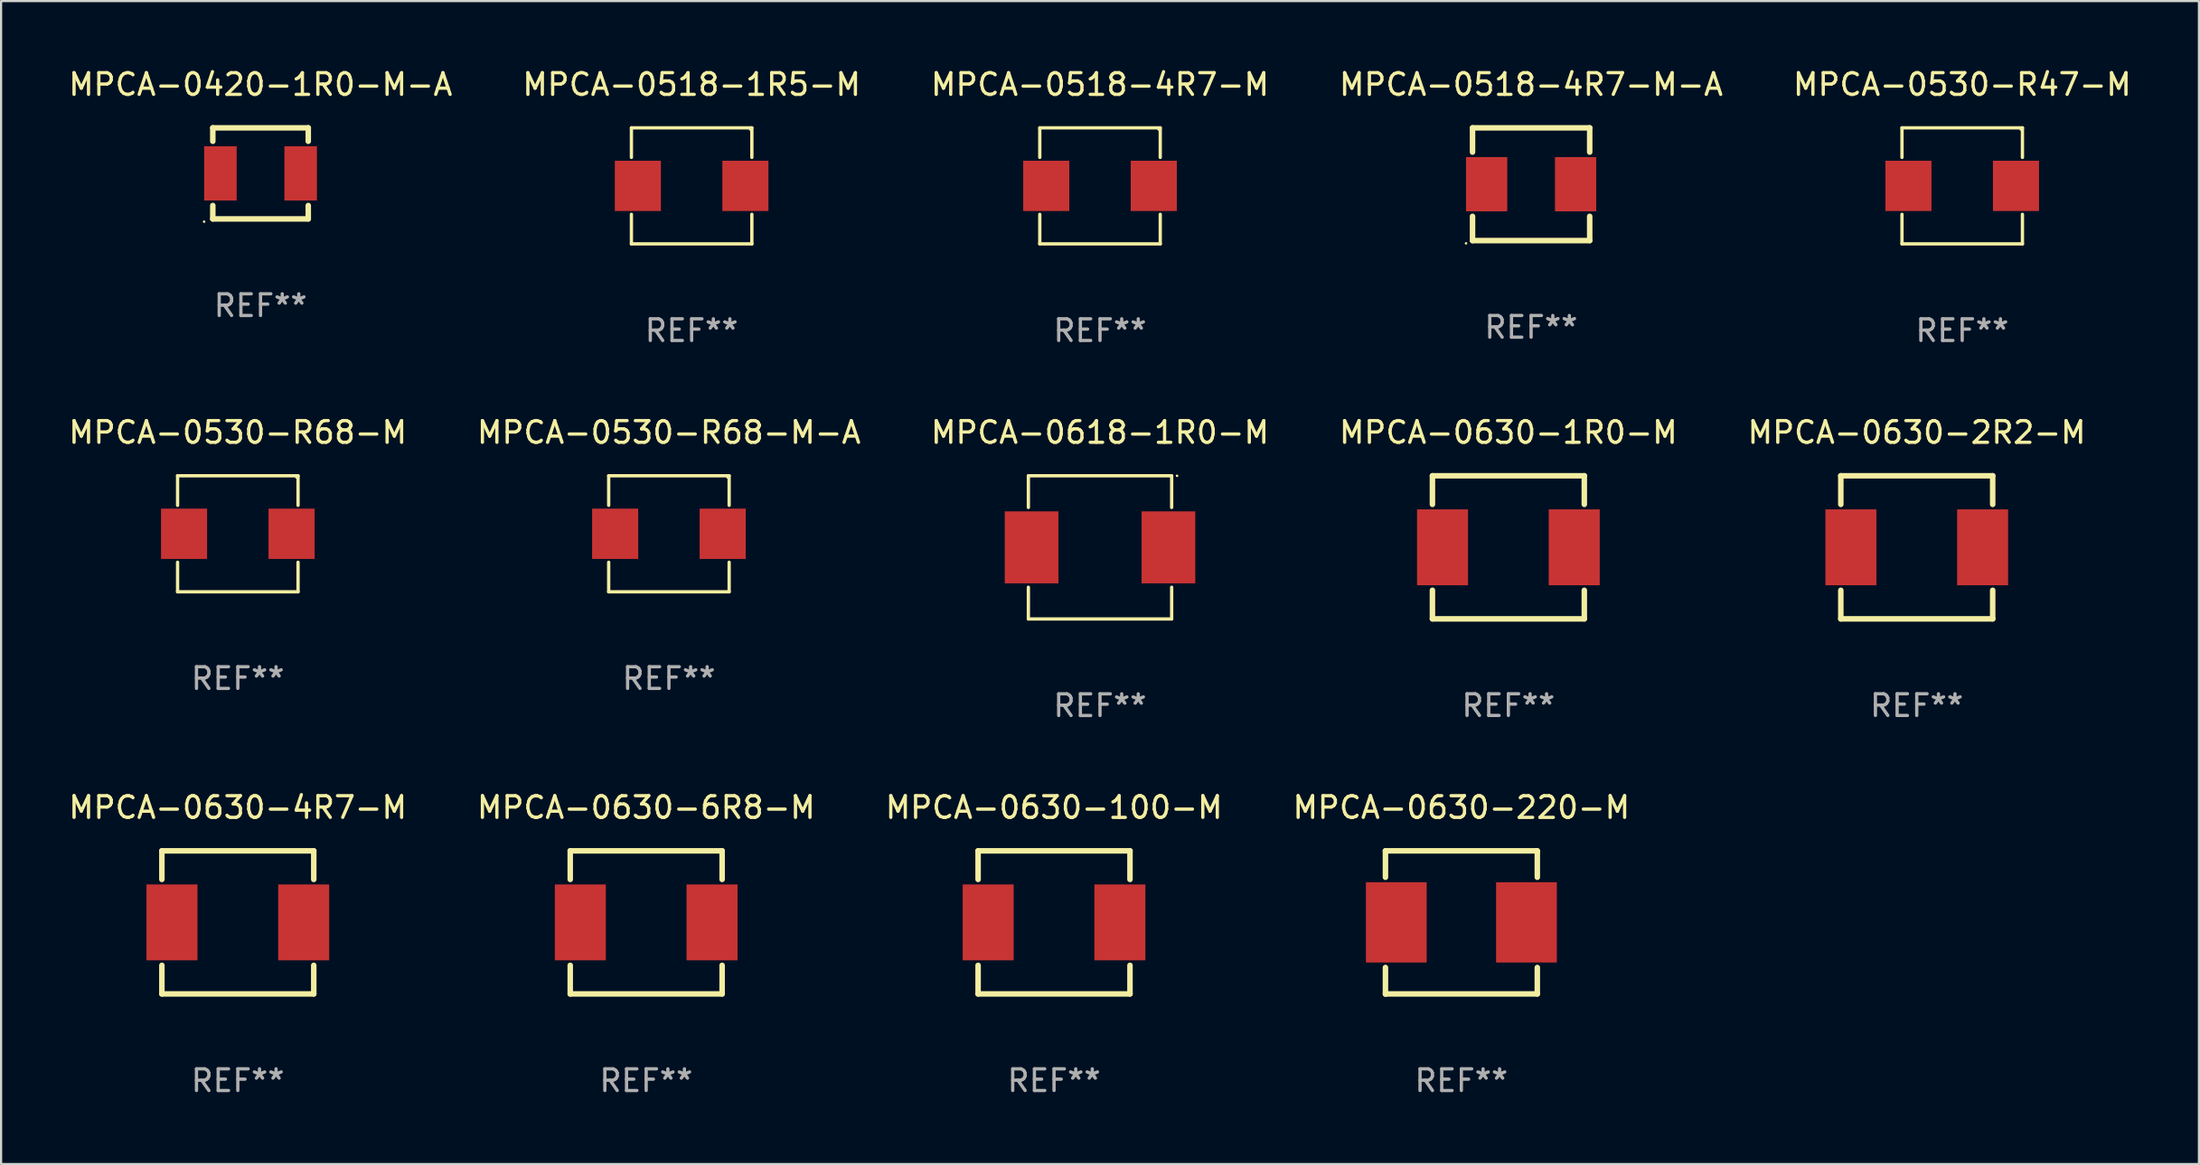
<source format=kicad_pcb>
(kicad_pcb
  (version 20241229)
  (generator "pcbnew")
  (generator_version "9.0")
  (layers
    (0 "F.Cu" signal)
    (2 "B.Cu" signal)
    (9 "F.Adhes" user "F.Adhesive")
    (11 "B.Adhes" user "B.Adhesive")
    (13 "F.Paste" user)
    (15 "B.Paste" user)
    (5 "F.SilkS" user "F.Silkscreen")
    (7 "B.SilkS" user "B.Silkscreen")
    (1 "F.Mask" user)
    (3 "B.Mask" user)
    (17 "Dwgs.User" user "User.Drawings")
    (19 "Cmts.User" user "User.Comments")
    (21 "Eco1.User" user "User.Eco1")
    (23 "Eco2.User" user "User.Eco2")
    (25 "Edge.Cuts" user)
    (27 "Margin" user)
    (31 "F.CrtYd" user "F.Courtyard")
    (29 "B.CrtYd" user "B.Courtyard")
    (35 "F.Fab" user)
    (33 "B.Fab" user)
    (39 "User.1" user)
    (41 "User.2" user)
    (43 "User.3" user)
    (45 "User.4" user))
  (footprint "MPCA-0630-6R8-M"
    (layer "F.Cu")
    (at 26.732 39.498)
    (property "Reference" "MPCA-0630-6R8-M" (at 0 -5.3 0) (layer "F.SilkS") (effects (font (size 1 1) (thickness 0.15))))
    (attr through_hole)
    (fp_line (start -3.5 -3.3) (end -3.5 -1.981) (stroke (width 0.254) (type solid)) (layer "F.SilkS"))
    (fp_line (start -3.5 -3.3) (end 3.5 -3.3) (stroke (width 0.254) (type solid)) (layer "F.SilkS"))
    (fp_line (start -3.5 1.981) (end -3.5 3.3) (stroke (width 0.254) (type solid)) (layer "F.SilkS"))
    (fp_line (start -3.5 3.3) (end 3.5 3.3) (stroke (width 0.254) (type solid)) (layer "F.SilkS"))
    (fp_line (start 3.5 -1.981) (end 3.5 -3.3) (stroke (width 0.254) (type solid)) (layer "F.SilkS"))
    (fp_line (start 3.5 3.3) (end 3.5 1.981) (stroke (width 0.254) (type solid)) (layer "F.SilkS"))
    (fp_circle (center -3.5 3.3) (end -3.47 3.3) (stroke (width 0.06) (type solid)) (fill no) (layer "F.SilkS"))
    (fp_text user "REF**" (at 0 7.3 0) (layer "F.Fab") (effects (font (size 1 1) (thickness 0.15))))
    (pad "1" smd rect (at -3.035 0) (size 2.35 3.5) (layers "F.Cu" "F.Mask" "F.Paste"))
    (pad "2" smd rect (at 3.035 0) (size 2.35 3.5) (layers "F.Cu" "F.Mask" "F.Paste")))
  (footprint "MPCA-0630-100-M"
    (layer "F.Cu")
    (at 45.53 39.498)
    (property "Reference" "MPCA-0630-100-M" (at 0 -5.3 0) (layer "F.SilkS") (effects (font (size 1 1) (thickness 0.15))))
    (attr through_hole)
    (fp_line (start -3.5 -3.3) (end -3.5 -1.981) (stroke (width 0.254) (type solid)) (layer "F.SilkS"))
    (fp_line (start -3.5 -3.3) (end 3.5 -3.3) (stroke (width 0.254) (type solid)) (layer "F.SilkS"))
    (fp_line (start -3.5 1.981) (end -3.5 3.3) (stroke (width 0.254) (type solid)) (layer "F.SilkS"))
    (fp_line (start -3.5 3.3) (end 3.5 3.3) (stroke (width 0.254) (type solid)) (layer "F.SilkS"))
    (fp_line (start 3.5 -1.981) (end 3.5 -3.3) (stroke (width 0.254) (type solid)) (layer "F.SilkS"))
    (fp_line (start 3.5 3.3) (end 3.5 1.981) (stroke (width 0.254) (type solid)) (layer "F.SilkS"))
    (fp_circle (center -3.5 3.3) (end -3.47 3.3) (stroke (width 0.06) (type solid)) (fill no) (layer "F.SilkS"))
    (fp_text user "REF**" (at 0 7.3 0) (layer "F.Fab") (effects (font (size 1 1) (thickness 0.15))))
    (pad "1" smd rect (at -3.035 0) (size 2.35 3.5) (layers "F.Cu" "F.Mask" "F.Paste"))
    (pad "2" smd rect (at 3.035 0) (size 2.35 3.5) (layers "F.Cu" "F.Mask" "F.Paste")))
  (footprint "MPCA-0518-1R5-M"
    (layer "F.Cu")
    (at 28.827 5.524)
    (property "Reference" "MPCA-0518-1R5-M" (at 0 -4.676 0) (layer "F.SilkS") (effects (font (size 1 1) (thickness 0.15))))
    (attr through_hole)
    (fp_line (start -2.776 -2.676) (end 2.776 -2.676) (stroke (width 0.152) (type solid)) (layer "F.SilkS"))
    (fp_line (start -2.776 -1.312) (end -2.776 -2.676) (stroke (width 0.152) (type solid)) (layer "F.SilkS"))
    (fp_line (start -2.776 1.312) (end -2.776 2.676) (stroke (width 0.152) (type solid)) (layer "F.SilkS"))
    (fp_line (start -2.776 2.676) (end 2.776 2.676) (stroke (width 0.152) (type solid)) (layer "F.SilkS"))
    (fp_line (start 2.776 -2.676) (end 2.776 -1.312) (stroke (width 0.152) (type solid)) (layer "F.SilkS"))
    (fp_line (start 2.776 2.676) (end 2.776 1.312) (stroke (width 0.152) (type solid)) (layer "F.SilkS"))
    (fp_circle (center 2.7 -2.6) (end 2.73 -2.6) (stroke (width 0.06) (type solid)) (fill no) (layer "F.SilkS"))
    (fp_text user "REF**" (at 0 6.676 0) (layer "F.Fab") (effects (font (size 1 1) (thickness 0.15))))
    (pad "1" smd rect (at 2.478 0) (size 2.124 2.32) (layers "F.Cu" "F.Mask" "F.Paste"))
    (pad "2" smd rect (at -2.478 0) (size 2.124 2.32) (layers "F.Cu" "F.Mask" "F.Paste")))
  (footprint "MPCA-0630-4R7-M"
    (layer "F.Cu")
    (at 7.911 39.498)
    (property "Reference" "MPCA-0630-4R7-M" (at 0 -5.3 0) (layer "F.SilkS") (effects (font (size 1 1) (thickness 0.15))))
    (attr through_hole)
    (fp_line (start -3.5 -3.3) (end -3.5 -1.981) (stroke (width 0.254) (type solid)) (layer "F.SilkS"))
    (fp_line (start -3.5 -3.3) (end 3.5 -3.3) (stroke (width 0.254) (type solid)) (layer "F.SilkS"))
    (fp_line (start -3.5 1.981) (end -3.5 3.3) (stroke (width 0.254) (type solid)) (layer "F.SilkS"))
    (fp_line (start -3.5 3.3) (end 3.5 3.3) (stroke (width 0.254) (type solid)) (layer "F.SilkS"))
    (fp_line (start 3.5 -1.981) (end 3.5 -3.3) (stroke (width 0.254) (type solid)) (layer "F.SilkS"))
    (fp_line (start 3.5 3.3) (end 3.5 1.981) (stroke (width 0.254) (type solid)) (layer "F.SilkS"))
    (fp_circle (center -3.5 3.3) (end -3.47 3.3) (stroke (width 0.06) (type solid)) (fill no) (layer "F.SilkS"))
    (fp_text user "REF**" (at 0 7.3 0) (layer "F.Fab") (effects (font (size 1 1) (thickness 0.15))))
    (pad "1" smd rect (at -3.035 0) (size 2.35 3.5) (layers "F.Cu" "F.Mask" "F.Paste"))
    (pad "2" smd rect (at 3.035 0) (size 2.35 3.5) (layers "F.Cu" "F.Mask" "F.Paste")))
  (footprint "MPCA-0530-R68-M-A"
    (layer "F.Cu")
    (at 27.78 21.573)
    (property "Reference" "MPCA-0530-R68-M-A" (at 0 -4.676 0) (layer "F.SilkS") (effects (font (size 1 1) (thickness 0.15))))
    (attr through_hole)
    (fp_line (start -2.776 -2.676) (end 2.776 -2.676) (stroke (width 0.152) (type solid)) (layer "F.SilkS"))
    (fp_line (start -2.776 -1.312) (end -2.776 -2.676) (stroke (width 0.152) (type solid)) (layer "F.SilkS"))
    (fp_line (start -2.776 1.312) (end -2.776 2.676) (stroke (width 0.152) (type solid)) (layer "F.SilkS"))
    (fp_line (start -2.776 2.676) (end 2.776 2.676) (stroke (width 0.152) (type solid)) (layer "F.SilkS"))
    (fp_line (start 2.776 -2.676) (end 2.776 -1.312) (stroke (width 0.152) (type solid)) (layer "F.SilkS"))
    (fp_line (start 2.776 2.676) (end 2.776 1.312) (stroke (width 0.152) (type solid)) (layer "F.SilkS"))
    (fp_circle (center 2.7 -2.6) (end 2.73 -2.6) (stroke (width 0.06) (type solid)) (fill no) (layer "F.SilkS"))
    (fp_text user "REF**" (at 0 6.676 0) (layer "F.Fab") (effects (font (size 1 1) (thickness 0.15))))
    (pad "1" smd rect (at 2.478 0) (size 2.124 2.32) (layers "F.Cu" "F.Mask" "F.Paste"))
    (pad "2" smd rect (at -2.478 0) (size 2.124 2.32) (layers "F.Cu" "F.Mask" "F.Paste")))
  (footprint "MPCA-0518-4R7-M-A"
    (layer "F.Cu")
    (at 67.518 5.448)
    (property "Reference" "MPCA-0518-4R7-M-A" (at 0 -4.6 0) (layer "F.SilkS") (effects (font (size 1 1) (thickness 0.15))))
    (attr through_hole)
    (fp_line (start -2.7 -2.6) (end -2.7 -1.481) (stroke (width 0.254) (type solid)) (layer "F.SilkS"))
    (fp_line (start -2.7 -2.6) (end 2.7 -2.6) (stroke (width 0.254) (type solid)) (layer "F.SilkS"))
    (fp_line (start -2.7 1.481) (end -2.7 2.6) (stroke (width 0.254) (type solid)) (layer "F.SilkS"))
    (fp_line (start 2.7 -1.481) (end 2.7 -2.6) (stroke (width 0.254) (type solid)) (layer "F.SilkS"))
    (fp_line (start 2.7 2.6) (end -2.7 2.6) (stroke (width 0.254) (type solid)) (layer "F.SilkS"))
    (fp_line (start 2.7 2.6) (end 2.7 1.481) (stroke (width 0.254) (type solid)) (layer "F.SilkS"))
    (fp_circle (center -3 2.727) (end -2.97 2.727) (stroke (width 0.06) (type solid)) (fill no) (layer "F.SilkS"))
    (fp_text user "REF**" (at 0 6.6 0) (layer "F.Fab") (effects (font (size 1 1) (thickness 0.15))))
    (pad "1" smd rect (at -2.05 0) (size 1.9 2.5) (layers "F.Cu" "F.Mask" "F.Paste"))
    (pad "2" smd rect (at 2.05 0) (size 1.9 2.5) (layers "F.Cu" "F.Mask" "F.Paste")))
  (footprint "MPCA-0530-R68-M"
    (layer "F.Cu")
    (at 7.911 21.573)
    (property "Reference" "MPCA-0530-R68-M" (at 0 -4.676 0) (layer "F.SilkS") (effects (font (size 1 1) (thickness 0.15))))
    (attr through_hole)
    (fp_line (start -2.776 -2.676) (end 2.776 -2.676) (stroke (width 0.152) (type solid)) (layer "F.SilkS"))
    (fp_line (start -2.776 -1.312) (end -2.776 -2.676) (stroke (width 0.152) (type solid)) (layer "F.SilkS"))
    (fp_line (start -2.776 1.312) (end -2.776 2.676) (stroke (width 0.152) (type solid)) (layer "F.SilkS"))
    (fp_line (start -2.776 2.676) (end 2.776 2.676) (stroke (width 0.152) (type solid)) (layer "F.SilkS"))
    (fp_line (start 2.776 -2.676) (end 2.776 -1.312) (stroke (width 0.152) (type solid)) (layer "F.SilkS"))
    (fp_line (start 2.776 2.676) (end 2.776 1.312) (stroke (width 0.152) (type solid)) (layer "F.SilkS"))
    (fp_circle (center 2.7 -2.6) (end 2.73 -2.6) (stroke (width 0.06) (type solid)) (fill no) (layer "F.SilkS"))
    (fp_text user "REF**" (at 0 6.676 0) (layer "F.Fab") (effects (font (size 1 1) (thickness 0.15))))
    (pad "1" smd rect (at 2.478 0) (size 2.124 2.32) (layers "F.Cu" "F.Mask" "F.Paste"))
    (pad "2" smd rect (at -2.478 0) (size 2.124 2.32) (layers "F.Cu" "F.Mask" "F.Paste")))
  (footprint "MPCA-0630-2R2-M"
    (layer "F.Cu")
    (at 85.292 22.197)
    (property "Reference" "MPCA-0630-2R2-M" (at 0 -5.3 0) (layer "F.SilkS") (effects (font (size 1 1) (thickness 0.15))))
    (attr through_hole)
    (fp_line (start -3.5 -3.3) (end -3.5 -1.981) (stroke (width 0.254) (type solid)) (layer "F.SilkS"))
    (fp_line (start -3.5 -3.3) (end 3.5 -3.3) (stroke (width 0.254) (type solid)) (layer "F.SilkS"))
    (fp_line (start -3.5 1.981) (end -3.5 3.3) (stroke (width 0.254) (type solid)) (layer "F.SilkS"))
    (fp_line (start -3.5 3.3) (end 3.5 3.3) (stroke (width 0.254) (type solid)) (layer "F.SilkS"))
    (fp_line (start 3.5 -1.981) (end 3.5 -3.3) (stroke (width 0.254) (type solid)) (layer "F.SilkS"))
    (fp_line (start 3.5 3.3) (end 3.5 1.981) (stroke (width 0.254) (type solid)) (layer "F.SilkS"))
    (fp_circle (center -3.5 3.3) (end -3.47 3.3) (stroke (width 0.06) (type solid)) (fill no) (layer "F.SilkS"))
    (fp_text user "REF**" (at 0 7.3 0) (layer "F.Fab") (effects (font (size 1 1) (thickness 0.15))))
    (pad "1" smd rect (at -3.035 0) (size 2.35 3.5) (layers "F.Cu" "F.Mask" "F.Paste"))
    (pad "2" smd rect (at 3.035 0) (size 2.35 3.5) (layers "F.Cu" "F.Mask" "F.Paste")))
  (footprint "MPCA-0630-220-M"
    (layer "F.Cu")
    (at 64.304 39.498)
    (property "Reference" "MPCA-0630-220-M" (at 0 -5.3 0) (layer "F.SilkS") (effects (font (size 1 1) (thickness 0.15))))
    (attr through_hole)
    (fp_line (start -3.5 -3.3) (end 3.48 -3.3) (stroke (width 0.254) (type solid)) (layer "F.SilkS"))
    (fp_line (start -3.5 -2.081) (end -3.5 -3.3) (stroke (width 0.254) (type solid)) (layer "F.SilkS"))
    (fp_line (start -3.5 3.3) (end -3.5 2.081) (stroke (width 0.254) (type solid)) (layer "F.SilkS"))
    (fp_line (start -3.49 3.3) (end -3.5 3.3) (stroke (width 0.254) (type solid)) (layer "F.SilkS"))
    (fp_line (start 3.48 -3.3) (end 3.5 -3.28) (stroke (width 0.254) (type solid)) (layer "F.SilkS"))
    (fp_line (start 3.5 -3.3) (end 3.5 -2.081) (stroke (width 0.254) (type solid)) (layer "F.SilkS"))
    (fp_line (start 3.5 2.081) (end 3.5 3.3) (stroke (width 0.254) (type solid)) (layer "F.SilkS"))
    (fp_line (start 3.5 3.3) (end -3.49 3.3) (stroke (width 0.254) (type solid)) (layer "F.SilkS"))
    (fp_circle (center -3.5 3.3) (end -3.47 3.3) (stroke (width 0.06) (type solid)) (fill no) (layer "F.SilkS"))
    (fp_text user "REF**" (at 0 7.3 0) (layer "F.Fab") (effects (font (size 1 1) (thickness 0.15))))
    (pad "1" smd rect (at -3 0) (size 2.8 3.7) (layers "F.Cu" "F.Mask" "F.Paste"))
    (pad "2" smd rect (at 3 0) (size 2.8 3.7) (layers "F.Cu" "F.Mask" "F.Paste")))
  (footprint "MPCA-0420-1R0-M-A"
    (layer "F.Cu")
    (at 8.958 4.948)
    (property "Reference" "MPCA-0420-1R0-M-A" (at 0 -4.1 0) (layer "F.SilkS") (effects (font (size 1 1) (thickness 0.15))))
    (attr through_hole)
    (fp_line (start -2.2 -2.1) (end -2.2 -1.481) (stroke (width 0.254) (type solid)) (layer "F.SilkS"))
    (fp_line (start -2.2 -2.1) (end 2.2 -2.1) (stroke (width 0.254) (type solid)) (layer "F.SilkS"))
    (fp_line (start -2.2 1.481) (end -2.2 2.1) (stroke (width 0.254) (type solid)) (layer "F.SilkS"))
    (fp_line (start 2.2 -1.481) (end 2.2 -2.1) (stroke (width 0.254) (type solid)) (layer "F.SilkS"))
    (fp_line (start 2.2 2.1) (end -2.2 2.1) (stroke (width 0.254) (type solid)) (layer "F.SilkS"))
    (fp_line (start 2.2 2.1) (end 2.2 1.481) (stroke (width 0.254) (type solid)) (layer "F.SilkS"))
    (fp_circle (center -2.6 2.227) (end -2.57 2.227) (stroke (width 0.06) (type solid)) (fill no) (layer "F.SilkS"))
    (fp_text user "REF**" (at 0 6.1 0) (layer "F.Fab") (effects (font (size 1 1) (thickness 0.15))))
    (pad "1" smd rect (at -1.85 0) (size 1.5 2.5) (layers "F.Cu" "F.Mask" "F.Paste"))
    (pad "2" smd rect (at 1.85 0) (size 1.5 2.5) (layers "F.Cu" "F.Mask" "F.Paste")))
  (footprint "MPCA-0518-4R7-M"
    (layer "F.Cu")
    (at 47.649 5.524)
    (property "Reference" "MPCA-0518-4R7-M" (at 0 -4.676 0) (layer "F.SilkS") (effects (font (size 1 1) (thickness 0.15))))
    (attr through_hole)
    (fp_line (start -2.776 -2.676) (end 2.776 -2.676) (stroke (width 0.152) (type solid)) (layer "F.SilkS"))
    (fp_line (start -2.776 -1.312) (end -2.776 -2.676) (stroke (width 0.152) (type solid)) (layer "F.SilkS"))
    (fp_line (start -2.776 1.312) (end -2.776 2.676) (stroke (width 0.152) (type solid)) (layer "F.SilkS"))
    (fp_line (start -2.776 2.676) (end 2.776 2.676) (stroke (width 0.152) (type solid)) (layer "F.SilkS"))
    (fp_line (start 2.776 -2.676) (end 2.776 -1.312) (stroke (width 0.152) (type solid)) (layer "F.SilkS"))
    (fp_line (start 2.776 2.676) (end 2.776 1.312) (stroke (width 0.152) (type solid)) (layer "F.SilkS"))
    (fp_circle (center 2.7 -2.6) (end 2.73 -2.6) (stroke (width 0.06) (type solid)) (fill no) (layer "F.SilkS"))
    (fp_text user "REF**" (at 0 6.676 0) (layer "F.Fab") (effects (font (size 1 1) (thickness 0.15))))
    (pad "1" smd rect (at 2.478 0) (size 2.124 2.32) (layers "F.Cu" "F.Mask" "F.Paste"))
    (pad "2" smd rect (at -2.478 0) (size 2.124 2.32) (layers "F.Cu" "F.Mask" "F.Paste")))
  (footprint "MPCA-0530-R47-M"
    (layer "F.Cu")
    (at 87.387 5.524)
    (property "Reference" "MPCA-0530-R47-M" (at 0 -4.676 0) (layer "F.SilkS") (effects (font (size 1 1) (thickness 0.15))))
    (attr through_hole)
    (fp_line (start -2.776 -2.676) (end 2.776 -2.676) (stroke (width 0.152) (type solid)) (layer "F.SilkS"))
    (fp_line (start -2.776 -1.312) (end -2.776 -2.676) (stroke (width 0.152) (type solid)) (layer "F.SilkS"))
    (fp_line (start -2.776 1.312) (end -2.776 2.676) (stroke (width 0.152) (type solid)) (layer "F.SilkS"))
    (fp_line (start -2.776 2.676) (end 2.776 2.676) (stroke (width 0.152) (type solid)) (layer "F.SilkS"))
    (fp_line (start 2.776 -2.676) (end 2.776 -1.312) (stroke (width 0.152) (type solid)) (layer "F.SilkS"))
    (fp_line (start 2.776 2.676) (end 2.776 1.312) (stroke (width 0.152) (type solid)) (layer "F.SilkS"))
    (fp_circle (center 2.7 -2.6) (end 2.73 -2.6) (stroke (width 0.06) (type solid)) (fill no) (layer "F.SilkS"))
    (fp_text user "REF**" (at 0 6.676 0) (layer "F.Fab") (effects (font (size 1 1) (thickness 0.15))))
    (pad "1" smd rect (at 2.478 0) (size 2.124 2.32) (layers "F.Cu" "F.Mask" "F.Paste"))
    (pad "2" smd rect (at -2.478 0) (size 2.124 2.32) (layers "F.Cu" "F.Mask" "F.Paste")))
  (footprint "MPCA-0618-1R0-M"
    (layer "F.Cu")
    (at 47.649 22.199)
    (property "Reference" "MPCA-0618-1R0-M" (at 0 -5.302 0) (layer "F.SilkS") (effects (font (size 1 1) (thickness 0.15))))
    (attr through_hole)
    (fp_line (start -3.302 -3.302) (end -3.302 -1.84) (stroke (width 0.152) (type solid)) (layer "F.SilkS"))
    (fp_line (start -3.302 1.84) (end -3.302 3.302) (stroke (width 0.152) (type solid)) (layer "F.SilkS"))
    (fp_line (start -3.302 3.302) (end 3.302 3.302) (stroke (width 0.152) (type solid)) (layer "F.SilkS"))
    (fp_line (start 3.302 -3.302) (end -3.302 -3.302) (stroke (width 0.152) (type solid)) (layer "F.SilkS"))
    (fp_line (start 3.302 -1.84) (end 3.302 -3.302) (stroke (width 0.152) (type solid)) (layer "F.SilkS"))
    (fp_line (start 3.302 3.302) (end 3.302 1.84) (stroke (width 0.152) (type solid)) (layer "F.SilkS"))
    (fp_circle (center 3.55 -3.3) (end 3.58 -3.3) (stroke (width 0.06) (type solid)) (fill no) (layer "F.SilkS"))
    (fp_text user "REF**" (at 0 7.302 0) (layer "F.Fab") (effects (font (size 1 1) (thickness 0.15))))
    (pad "1" smd rect (at 3.153 0) (size 2.474 3.32) (layers "F.Cu" "F.Mask" "F.Paste"))
    (pad "2" smd rect (at -3.153 0) (size 2.474 3.32) (layers "F.Cu" "F.Mask" "F.Paste")))
  (footprint "MPCA-0630-1R0-M"
    (layer "F.Cu")
    (at 66.47 22.197)
    (property "Reference" "MPCA-0630-1R0-M" (at 0 -5.3 0) (layer "F.SilkS") (effects (font (size 1 1) (thickness 0.15))))
    (attr through_hole)
    (fp_line (start -3.5 -3.3) (end -3.5 -1.981) (stroke (width 0.254) (type solid)) (layer "F.SilkS"))
    (fp_line (start -3.5 -3.3) (end 3.5 -3.3) (stroke (width 0.254) (type solid)) (layer "F.SilkS"))
    (fp_line (start -3.5 1.981) (end -3.5 3.3) (stroke (width 0.254) (type solid)) (layer "F.SilkS"))
    (fp_line (start -3.5 3.3) (end 3.5 3.3) (stroke (width 0.254) (type solid)) (layer "F.SilkS"))
    (fp_line (start 3.5 -1.981) (end 3.5 -3.3) (stroke (width 0.254) (type solid)) (layer "F.SilkS"))
    (fp_line (start 3.5 3.3) (end 3.5 1.981) (stroke (width 0.254) (type solid)) (layer "F.SilkS"))
    (fp_circle (center -3.5 3.3) (end -3.47 3.3) (stroke (width 0.06) (type solid)) (fill no) (layer "F.SilkS"))
    (fp_text user "REF**" (at 0 7.3 0) (layer "F.Fab") (effects (font (size 1 1) (thickness 0.15))))
    (pad "1" smd rect (at -3.035 0) (size 2.35 3.5) (layers "F.Cu" "F.Mask" "F.Paste"))
    (pad "2" smd rect (at 3.035 0) (size 2.35 3.5) (layers "F.Cu" "F.Mask" "F.Paste")))
  (gr_rect
    (start -3 -3)
    (end 98.298 50.646)
    (stroke (width 0.1) (type default))
    (fill no)
    (layer "Edge.Cuts")))
</source>
